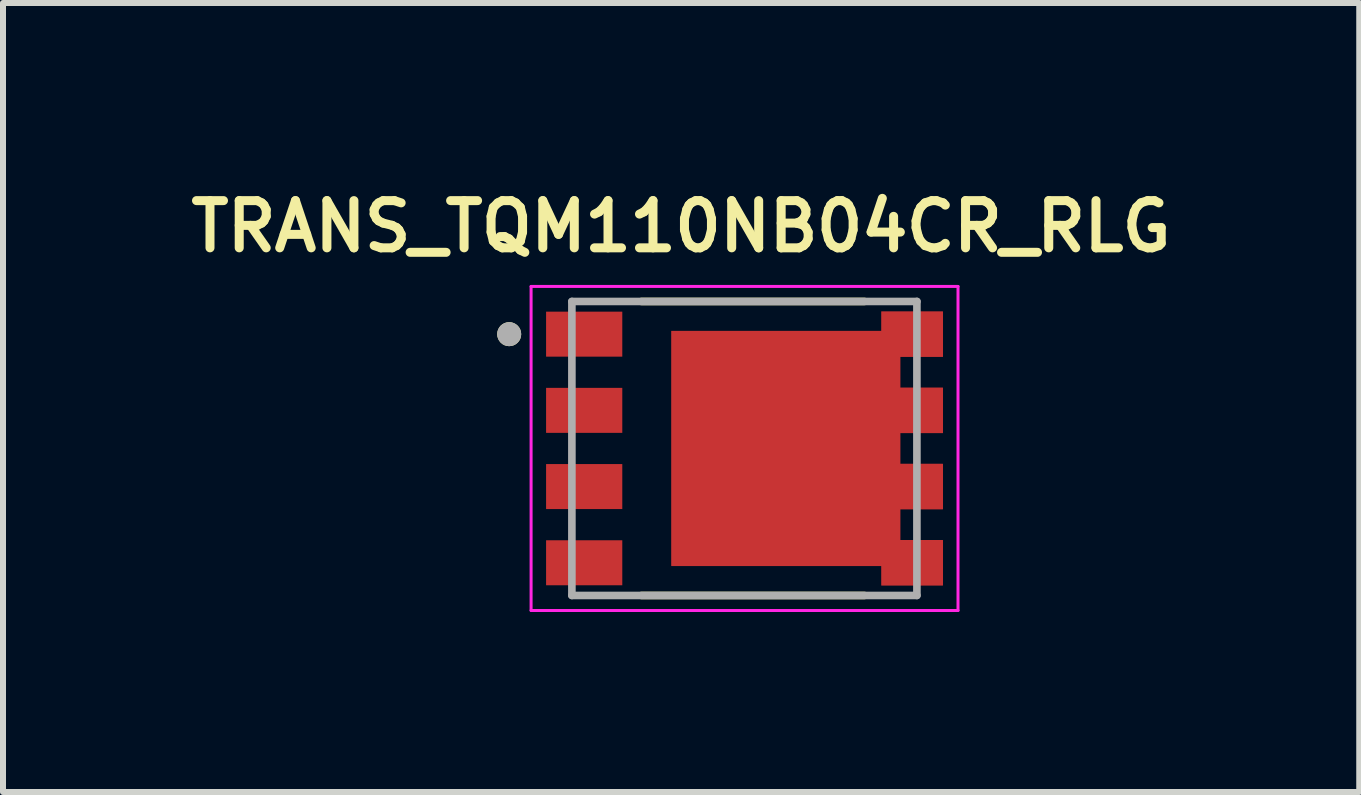
<source format=kicad_pcb>
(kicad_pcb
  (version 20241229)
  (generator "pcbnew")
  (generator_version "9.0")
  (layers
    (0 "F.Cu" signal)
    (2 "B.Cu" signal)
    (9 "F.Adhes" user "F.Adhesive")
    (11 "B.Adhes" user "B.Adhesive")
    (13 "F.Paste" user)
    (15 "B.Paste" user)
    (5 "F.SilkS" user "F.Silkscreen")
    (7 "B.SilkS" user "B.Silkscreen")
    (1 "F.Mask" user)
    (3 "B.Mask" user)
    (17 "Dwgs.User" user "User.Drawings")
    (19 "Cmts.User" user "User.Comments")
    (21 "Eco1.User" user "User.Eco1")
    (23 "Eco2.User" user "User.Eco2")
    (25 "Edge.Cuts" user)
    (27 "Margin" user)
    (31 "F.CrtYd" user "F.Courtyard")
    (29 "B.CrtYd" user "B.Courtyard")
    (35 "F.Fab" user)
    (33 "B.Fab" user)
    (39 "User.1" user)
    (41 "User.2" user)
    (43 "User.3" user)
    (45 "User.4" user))
  (footprint "TRANS_TQM110NB04CR_RLG"
    (layer "F.Cu")
    (at 9.356 4.424)
    (property "Reference" "TRANS_TQM110NB04CR_RLG" (at -1.055 -3.7 0) (layer "F.SilkS") (effects (font (size 0.787 0.787) (thickness 0.15))))
    (attr through_hole)
    (fp_poly (pts (xy -1.315 2.055) (xy 2.185 2.055) (xy 2.185 2.38) (xy 3.405 2.38) (xy 3.405 1.43) (xy 2.695 1.43) (xy 2.695 1.11) (xy 3.405 1.11) (xy 3.405 0.16) (xy 2.695 0.16) (xy 2.695 -0.16) (xy 3.405 -0.16) (xy 3.405 -1.11) (xy 2.695 -1.11) (xy 2.695 -1.43) (xy 3.405 -1.43) (xy 3.405 -2.38) (xy 2.185 -2.38) (xy 2.185 -2.055) (xy -1.315 -2.055)) (stroke (width 0.01) (type solid)) (fill yes) (layer "F.Mask"))
    (fp_line (start -1.715 2.45) (end 2 2.45) (stroke (width 0.127) (type solid)) (layer "F.SilkS"))
    (fp_line (start 2 -2.45) (end -1.715 -2.45) (stroke (width 0.127) (type solid)) (layer "F.SilkS"))
    (fp_circle (center -3.92 -1.905) (end -3.82 -1.905) (stroke (width 0.2) (type solid)) (fill no) (layer "F.SilkS"))
    (fp_poly (pts (xy -0.745 -1.485) (xy 0.455 -1.485) (xy 0.455 -0.235) (xy -0.745 -0.235)) (stroke (width 0.01) (type solid)) (fill yes) (layer "F.Paste"))
    (fp_poly (pts (xy -0.745 0.235) (xy 0.455 0.235) (xy 0.455 1.485) (xy -0.745 1.485)) (stroke (width 0.01) (type solid)) (fill yes) (layer "F.Paste"))
    (fp_poly (pts (xy 0.925 -1.485) (xy 2.125 -1.485) (xy 2.125 -0.235) (xy 0.925 -0.235)) (stroke (width 0.01) (type solid)) (fill yes) (layer "F.Paste"))
    (fp_poly (pts (xy 0.925 0.235) (xy 2.125 0.235) (xy 2.125 1.485) (xy 0.925 1.485)) (stroke (width 0.01) (type solid)) (fill yes) (layer "F.Paste"))
    (fp_poly (pts (xy 2.6 -2.285) (xy 3.31 -2.285) (xy 3.31 -1.525) (xy 2.6 -1.525)) (stroke (width 0.01) (type solid)) (fill yes) (layer "F.Paste"))
    (fp_poly (pts (xy 2.6 -1.015) (xy 3.31 -1.015) (xy 3.31 -0.255) (xy 2.6 -0.255)) (stroke (width 0.01) (type solid)) (fill yes) (layer "F.Paste"))
    (fp_poly (pts (xy 2.6 0.255) (xy 3.31 0.255) (xy 3.31 1.015) (xy 2.6 1.015)) (stroke (width 0.01) (type solid)) (fill yes) (layer "F.Paste"))
    (fp_poly (pts (xy 2.6 1.525) (xy 3.31 1.525) (xy 3.31 2.285) (xy 2.6 2.285)) (stroke (width 0.01) (type solid)) (fill yes) (layer "F.Paste"))
    (fp_line (start -3.555 -2.7) (end -3.555 2.7) (stroke (width 0.05) (type solid)) (layer "F.CrtYd"))
    (fp_line (start -3.555 2.7) (end 3.56 2.7) (stroke (width 0.05) (type solid)) (layer "F.CrtYd"))
    (fp_line (start 3.56 -2.7) (end -3.555 -2.7) (stroke (width 0.05) (type solid)) (layer "F.CrtYd"))
    (fp_line (start 3.56 2.7) (end 3.56 -2.7) (stroke (width 0.05) (type solid)) (layer "F.CrtYd"))
    (fp_line (start -2.875 -2.45) (end -2.875 2.45) (stroke (width 0.127) (type solid)) (layer "F.Fab"))
    (fp_line (start -2.875 2.45) (end 2.875 2.45) (stroke (width 0.127) (type solid)) (layer "F.Fab"))
    (fp_line (start 2.875 -2.45) (end -2.875 -2.45) (stroke (width 0.127) (type solid)) (layer "F.Fab"))
    (fp_line (start 2.875 2.45) (end 2.875 -2.45) (stroke (width 0.127) (type solid)) (layer "F.Fab"))
    (fp_circle (center -3.92 -1.905) (end -3.82 -1.905) (stroke (width 0.2) (type solid)) (fill no) (layer "F.Fab"))
    (pad "1" smd rect (at -2.67 -1.905) (size 1.27 0.75) (layers "F.Cu" "F.Mask" "F.Paste"))
    (pad "2" smd rect (at -2.67 -0.635) (size 1.27 0.75) (layers "F.Cu" "F.Mask" "F.Paste"))
    (pad "3" smd rect (at -2.67 0.635) (size 1.27 0.75) (layers "F.Cu" "F.Mask" "F.Paste"))
    (pad "4" smd rect (at -2.67 1.905) (size 1.27 0.75) (layers "F.Cu" "F.Mask" "F.Paste"))
    (pad "5_8" smd custom (at 0 0) (size 1 1) (layers "F.Cu") (options (anchor rect)) (primitives (gr_poly (pts (xy -1.215 -1.955) (xy -1.215 1.955) (xy 2.285 1.955) (xy 2.285 2.28) (xy 3.305 2.28) (xy 3.305 1.53) (xy 2.595 1.53) (xy 2.595 1.01) (xy 3.305 1.01) (xy 3.305 0.26) (xy 2.595 0.26) (xy 2.595 -0.26) (xy 3.305 -0.26) (xy 3.305 -1.01) (xy 2.595 -1.01) (xy 2.595 -1.53) (xy 3.305 -1.53) (xy 3.305 -2.28) (xy 2.285 -2.28) (xy 2.285 -1.955)) (width 0.01) (fill yes)))))
  (gr_rect
    (start -3 -3)
    (end 19.603 10.149)
    (stroke (width 0.1) (type default))
    (fill no)
    (layer "Edge.Cuts")))
</source>
